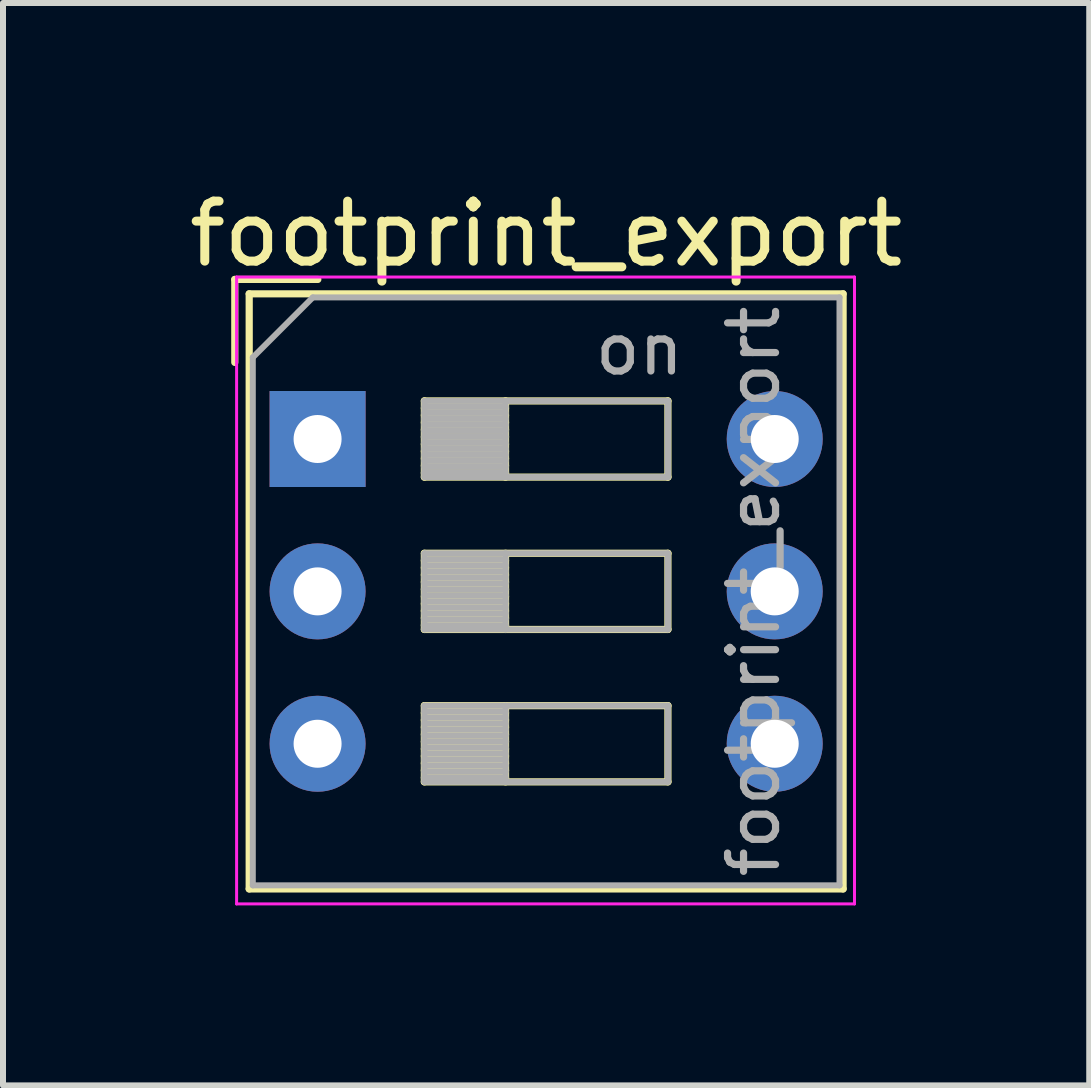
<source format=kicad_pcb>
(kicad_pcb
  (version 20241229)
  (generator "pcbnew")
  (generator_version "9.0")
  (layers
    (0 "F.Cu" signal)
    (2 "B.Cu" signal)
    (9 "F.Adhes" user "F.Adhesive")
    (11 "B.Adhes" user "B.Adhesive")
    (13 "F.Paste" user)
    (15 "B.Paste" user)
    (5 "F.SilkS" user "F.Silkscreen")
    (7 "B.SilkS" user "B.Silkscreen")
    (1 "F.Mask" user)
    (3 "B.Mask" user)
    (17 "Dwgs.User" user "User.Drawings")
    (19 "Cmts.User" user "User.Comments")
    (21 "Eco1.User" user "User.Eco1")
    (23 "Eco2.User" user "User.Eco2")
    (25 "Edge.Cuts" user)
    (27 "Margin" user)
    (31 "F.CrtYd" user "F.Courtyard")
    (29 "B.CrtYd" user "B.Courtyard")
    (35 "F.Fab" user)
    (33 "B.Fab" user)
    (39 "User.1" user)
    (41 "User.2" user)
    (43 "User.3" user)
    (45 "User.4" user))
  (footprint "footprint_export"
    (layer "F.Cu")
    (at 2.244 4.268)
    (property "Reference" "footprint_export" (at 3.81 -3.42 0) (layer "F.SilkS") (effects (font (size 1 1) (thickness 0.15))))
    (attr through_hole)
    (fp_line (start -1.38 -2.66) (end -1.38 -1.277) (stroke (width 0.12) (type solid)) (layer "F.SilkS"))
    (fp_line (start -1.38 -2.66) (end 0.004 -2.66) (stroke (width 0.12) (type solid)) (layer "F.SilkS"))
    (fp_line (start -1.14 -2.42) (end -1.14 7.5) (stroke (width 0.12) (type solid)) (layer "F.SilkS"))
    (fp_line (start -1.14 -2.42) (end 8.76 -2.42) (stroke (width 0.12) (type solid)) (layer "F.SilkS"))
    (fp_line (start -1.14 7.5) (end 8.76 7.5) (stroke (width 0.12) (type solid)) (layer "F.SilkS"))
    (fp_line (start 1.78 -0.635) (end 1.78 0.635) (stroke (width 0.12) (type solid)) (layer "F.SilkS"))
    (fp_line (start 1.78 -0.515) (end 3.133 -0.515) (stroke (width 0.12) (type solid)) (layer "F.SilkS"))
    (fp_line (start 1.78 -0.395) (end 3.133 -0.395) (stroke (width 0.12) (type solid)) (layer "F.SilkS"))
    (fp_line (start 1.78 -0.275) (end 3.133 -0.275) (stroke (width 0.12) (type solid)) (layer "F.SilkS"))
    (fp_line (start 1.78 -0.155) (end 3.133 -0.155) (stroke (width 0.12) (type solid)) (layer "F.SilkS"))
    (fp_line (start 1.78 -0.035) (end 3.133 -0.035) (stroke (width 0.12) (type solid)) (layer "F.SilkS"))
    (fp_line (start 1.78 0.085) (end 3.133 0.085) (stroke (width 0.12) (type solid)) (layer "F.SilkS"))
    (fp_line (start 1.78 0.205) (end 3.133 0.205) (stroke (width 0.12) (type solid)) (layer "F.SilkS"))
    (fp_line (start 1.78 0.325) (end 3.133 0.325) (stroke (width 0.12) (type solid)) (layer "F.SilkS"))
    (fp_line (start 1.78 0.445) (end 3.133 0.445) (stroke (width 0.12) (type solid)) (layer "F.SilkS"))
    (fp_line (start 1.78 0.565) (end 3.133 0.565) (stroke (width 0.12) (type solid)) (layer "F.SilkS"))
    (fp_line (start 1.78 0.635) (end 5.84 0.635) (stroke (width 0.12) (type solid)) (layer "F.SilkS"))
    (fp_line (start 1.78 1.905) (end 1.78 3.175) (stroke (width 0.12) (type solid)) (layer "F.SilkS"))
    (fp_line (start 1.78 2.025) (end 3.133 2.025) (stroke (width 0.12) (type solid)) (layer "F.SilkS"))
    (fp_line (start 1.78 2.145) (end 3.133 2.145) (stroke (width 0.12) (type solid)) (layer "F.SilkS"))
    (fp_line (start 1.78 2.265) (end 3.133 2.265) (stroke (width 0.12) (type solid)) (layer "F.SilkS"))
    (fp_line (start 1.78 2.385) (end 3.133 2.385) (stroke (width 0.12) (type solid)) (layer "F.SilkS"))
    (fp_line (start 1.78 2.505) (end 3.133 2.505) (stroke (width 0.12) (type solid)) (layer "F.SilkS"))
    (fp_line (start 1.78 2.625) (end 3.133 2.625) (stroke (width 0.12) (type solid)) (layer "F.SilkS"))
    (fp_line (start 1.78 2.745) (end 3.133 2.745) (stroke (width 0.12) (type solid)) (layer "F.SilkS"))
    (fp_line (start 1.78 2.865) (end 3.133 2.865) (stroke (width 0.12) (type solid)) (layer "F.SilkS"))
    (fp_line (start 1.78 2.985) (end 3.133 2.985) (stroke (width 0.12) (type solid)) (layer "F.SilkS"))
    (fp_line (start 1.78 3.105) (end 3.133 3.105) (stroke (width 0.12) (type solid)) (layer "F.SilkS"))
    (fp_line (start 1.78 3.175) (end 5.84 3.175) (stroke (width 0.12) (type solid)) (layer "F.SilkS"))
    (fp_line (start 1.78 4.445) (end 1.78 5.715) (stroke (width 0.12) (type solid)) (layer "F.SilkS"))
    (fp_line (start 1.78 4.565) (end 3.133 4.565) (stroke (width 0.12) (type solid)) (layer "F.SilkS"))
    (fp_line (start 1.78 4.685) (end 3.133 4.685) (stroke (width 0.12) (type solid)) (layer "F.SilkS"))
    (fp_line (start 1.78 4.805) (end 3.133 4.805) (stroke (width 0.12) (type solid)) (layer "F.SilkS"))
    (fp_line (start 1.78 4.925) (end 3.133 4.925) (stroke (width 0.12) (type solid)) (layer "F.SilkS"))
    (fp_line (start 1.78 5.045) (end 3.133 5.045) (stroke (width 0.12) (type solid)) (layer "F.SilkS"))
    (fp_line (start 1.78 5.165) (end 3.133 5.165) (stroke (width 0.12) (type solid)) (layer "F.SilkS"))
    (fp_line (start 1.78 5.285) (end 3.133 5.285) (stroke (width 0.12) (type solid)) (layer "F.SilkS"))
    (fp_line (start 1.78 5.405) (end 3.133 5.405) (stroke (width 0.12) (type solid)) (layer "F.SilkS"))
    (fp_line (start 1.78 5.525) (end 3.133 5.525) (stroke (width 0.12) (type solid)) (layer "F.SilkS"))
    (fp_line (start 1.78 5.645) (end 3.133 5.645) (stroke (width 0.12) (type solid)) (layer "F.SilkS"))
    (fp_line (start 1.78 5.715) (end 5.84 5.715) (stroke (width 0.12) (type solid)) (layer "F.SilkS"))
    (fp_line (start 3.133 -0.635) (end 3.133 0.635) (stroke (width 0.12) (type solid)) (layer "F.SilkS"))
    (fp_line (start 3.133 1.905) (end 3.133 3.175) (stroke (width 0.12) (type solid)) (layer "F.SilkS"))
    (fp_line (start 3.133 4.445) (end 3.133 5.715) (stroke (width 0.12) (type solid)) (layer "F.SilkS"))
    (fp_line (start 5.84 -0.635) (end 1.78 -0.635) (stroke (width 0.12) (type solid)) (layer "F.SilkS"))
    (fp_line (start 5.84 0.635) (end 5.84 -0.635) (stroke (width 0.12) (type solid)) (layer "F.SilkS"))
    (fp_line (start 5.84 1.905) (end 1.78 1.905) (stroke (width 0.12) (type solid)) (layer "F.SilkS"))
    (fp_line (start 5.84 3.175) (end 5.84 1.905) (stroke (width 0.12) (type solid)) (layer "F.SilkS"))
    (fp_line (start 5.84 4.445) (end 1.78 4.445) (stroke (width 0.12) (type solid)) (layer "F.SilkS"))
    (fp_line (start 5.84 5.715) (end 5.84 4.445) (stroke (width 0.12) (type solid)) (layer "F.SilkS"))
    (fp_line (start 8.76 -2.42) (end 8.76 7.5) (stroke (width 0.12) (type solid)) (layer "F.SilkS"))
    (fp_line (start -1.35 -2.7) (end -1.35 7.75) (stroke (width 0.05) (type solid)) (layer "F.CrtYd"))
    (fp_line (start -1.35 7.75) (end 8.95 7.75) (stroke (width 0.05) (type solid)) (layer "F.CrtYd"))
    (fp_line (start 8.95 -2.7) (end -1.35 -2.7) (stroke (width 0.05) (type solid)) (layer "F.CrtYd"))
    (fp_line (start 8.95 7.75) (end 8.95 -2.7) (stroke (width 0.05) (type solid)) (layer "F.CrtYd"))
    (fp_line (start -1.08 -1.36) (end -0.08 -2.36) (stroke (width 0.1) (type solid)) (layer "F.Fab"))
    (fp_line (start -1.08 7.44) (end -1.08 -1.36) (stroke (width 0.1) (type solid)) (layer "F.Fab"))
    (fp_line (start -0.08 -2.36) (end 8.7 -2.36) (stroke (width 0.1) (type solid)) (layer "F.Fab"))
    (fp_line (start 1.78 -0.635) (end 1.78 0.635) (stroke (width 0.1) (type solid)) (layer "F.Fab"))
    (fp_line (start 1.78 -0.535) (end 3.133 -0.535) (stroke (width 0.1) (type solid)) (layer "F.Fab"))
    (fp_line (start 1.78 -0.435) (end 3.133 -0.435) (stroke (width 0.1) (type solid)) (layer "F.Fab"))
    (fp_line (start 1.78 -0.335) (end 3.133 -0.335) (stroke (width 0.1) (type solid)) (layer "F.Fab"))
    (fp_line (start 1.78 -0.235) (end 3.133 -0.235) (stroke (width 0.1) (type solid)) (layer "F.Fab"))
    (fp_line (start 1.78 -0.135) (end 3.133 -0.135) (stroke (width 0.1) (type solid)) (layer "F.Fab"))
    (fp_line (start 1.78 -0.035) (end 3.133 -0.035) (stroke (width 0.1) (type solid)) (layer "F.Fab"))
    (fp_line (start 1.78 0.065) (end 3.133 0.065) (stroke (width 0.1) (type solid)) (layer "F.Fab"))
    (fp_line (start 1.78 0.165) (end 3.133 0.165) (stroke (width 0.1) (type solid)) (layer "F.Fab"))
    (fp_line (start 1.78 0.265) (end 3.133 0.265) (stroke (width 0.1) (type solid)) (layer "F.Fab"))
    (fp_line (start 1.78 0.365) (end 3.133 0.365) (stroke (width 0.1) (type solid)) (layer "F.Fab"))
    (fp_line (start 1.78 0.465) (end 3.133 0.465) (stroke (width 0.1) (type solid)) (layer "F.Fab"))
    (fp_line (start 1.78 0.565) (end 3.133 0.565) (stroke (width 0.1) (type solid)) (layer "F.Fab"))
    (fp_line (start 1.78 0.635) (end 5.84 0.635) (stroke (width 0.1) (type solid)) (layer "F.Fab"))
    (fp_line (start 1.78 1.905) (end 1.78 3.175) (stroke (width 0.1) (type solid)) (layer "F.Fab"))
    (fp_line (start 1.78 2.005) (end 3.133 2.005) (stroke (width 0.1) (type solid)) (layer "F.Fab"))
    (fp_line (start 1.78 2.105) (end 3.133 2.105) (stroke (width 0.1) (type solid)) (layer "F.Fab"))
    (fp_line (start 1.78 2.205) (end 3.133 2.205) (stroke (width 0.1) (type solid)) (layer "F.Fab"))
    (fp_line (start 1.78 2.305) (end 3.133 2.305) (stroke (width 0.1) (type solid)) (layer "F.Fab"))
    (fp_line (start 1.78 2.405) (end 3.133 2.405) (stroke (width 0.1) (type solid)) (layer "F.Fab"))
    (fp_line (start 1.78 2.505) (end 3.133 2.505) (stroke (width 0.1) (type solid)) (layer "F.Fab"))
    (fp_line (start 1.78 2.605) (end 3.133 2.605) (stroke (width 0.1) (type solid)) (layer "F.Fab"))
    (fp_line (start 1.78 2.705) (end 3.133 2.705) (stroke (width 0.1) (type solid)) (layer "F.Fab"))
    (fp_line (start 1.78 2.805) (end 3.133 2.805) (stroke (width 0.1) (type solid)) (layer "F.Fab"))
    (fp_line (start 1.78 2.905) (end 3.133 2.905) (stroke (width 0.1) (type solid)) (layer "F.Fab"))
    (fp_line (start 1.78 3.005) (end 3.133 3.005) (stroke (width 0.1) (type solid)) (layer "F.Fab"))
    (fp_line (start 1.78 3.105) (end 3.133 3.105) (stroke (width 0.1) (type solid)) (layer "F.Fab"))
    (fp_line (start 1.78 3.175) (end 5.84 3.175) (stroke (width 0.1) (type solid)) (layer "F.Fab"))
    (fp_line (start 1.78 4.445) (end 1.78 5.715) (stroke (width 0.1) (type solid)) (layer "F.Fab"))
    (fp_line (start 1.78 4.545) (end 3.133 4.545) (stroke (width 0.1) (type solid)) (layer "F.Fab"))
    (fp_line (start 1.78 4.645) (end 3.133 4.645) (stroke (width 0.1) (type solid)) (layer "F.Fab"))
    (fp_line (start 1.78 4.745) (end 3.133 4.745) (stroke (width 0.1) (type solid)) (layer "F.Fab"))
    (fp_line (start 1.78 4.845) (end 3.133 4.845) (stroke (width 0.1) (type solid)) (layer "F.Fab"))
    (fp_line (start 1.78 4.945) (end 3.133 4.945) (stroke (width 0.1) (type solid)) (layer "F.Fab"))
    (fp_line (start 1.78 5.045) (end 3.133 5.045) (stroke (width 0.1) (type solid)) (layer "F.Fab"))
    (fp_line (start 1.78 5.145) (end 3.133 5.145) (stroke (width 0.1) (type solid)) (layer "F.Fab"))
    (fp_line (start 1.78 5.245) (end 3.133 5.245) (stroke (width 0.1) (type solid)) (layer "F.Fab"))
    (fp_line (start 1.78 5.345) (end 3.133 5.345) (stroke (width 0.1) (type solid)) (layer "F.Fab"))
    (fp_line (start 1.78 5.445) (end 3.133 5.445) (stroke (width 0.1) (type solid)) (layer "F.Fab"))
    (fp_line (start 1.78 5.545) (end 3.133 5.545) (stroke (width 0.1) (type solid)) (layer "F.Fab"))
    (fp_line (start 1.78 5.645) (end 3.133 5.645) (stroke (width 0.1) (type solid)) (layer "F.Fab"))
    (fp_line (start 1.78 5.715) (end 5.84 5.715) (stroke (width 0.1) (type solid)) (layer "F.Fab"))
    (fp_line (start 3.133 -0.635) (end 3.133 0.635) (stroke (width 0.1) (type solid)) (layer "F.Fab"))
    (fp_line (start 3.133 1.905) (end 3.133 3.175) (stroke (width 0.1) (type solid)) (layer "F.Fab"))
    (fp_line (start 3.133 4.445) (end 3.133 5.715) (stroke (width 0.1) (type solid)) (layer "F.Fab"))
    (fp_line (start 5.84 -0.635) (end 1.78 -0.635) (stroke (width 0.1) (type solid)) (layer "F.Fab"))
    (fp_line (start 5.84 0.635) (end 5.84 -0.635) (stroke (width 0.1) (type solid)) (layer "F.Fab"))
    (fp_line (start 5.84 1.905) (end 1.78 1.905) (stroke (width 0.1) (type solid)) (layer "F.Fab"))
    (fp_line (start 5.84 3.175) (end 5.84 1.905) (stroke (width 0.1) (type solid)) (layer "F.Fab"))
    (fp_line (start 5.84 4.445) (end 1.78 4.445) (stroke (width 0.1) (type solid)) (layer "F.Fab"))
    (fp_line (start 5.84 5.715) (end 5.84 4.445) (stroke (width 0.1) (type solid)) (layer "F.Fab"))
    (fp_line (start 8.7 -2.36) (end 8.7 7.44) (stroke (width 0.1) (type solid)) (layer "F.Fab"))
    (fp_line (start 8.7 7.44) (end -1.08 7.44) (stroke (width 0.1) (type solid)) (layer "F.Fab"))
    (fp_text user "on" (at 5.365 -1.498 0) (layer "F.Fab") (effects (font (size 0.8 0.8) (thickness 0.12))))
    (fp_text user "${REFERENCE}" (at 7.27 2.54 90) (layer "F.Fab") (effects (font (size 0.8 0.8) (thickness 0.12))))
    (pad "1" thru_hole rect (at 0 0) (size 1.6 1.6) (drill 0.8) (layers "*.Cu" "*.Mask"))
    (pad "2" thru_hole oval (at 0 2.54) (size 1.6 1.6) (drill 0.8) (layers "*.Cu" "*.Mask"))
    (pad "3" thru_hole oval (at 0 5.08) (size 1.6 1.6) (drill 0.8) (layers "*.Cu" "*.Mask"))
    (pad "4" thru_hole oval (at 7.62 5.08) (size 1.6 1.6) (drill 0.8) (layers "*.Cu" "*.Mask"))
    (pad "5" thru_hole oval (at 7.62 2.54) (size 1.6 1.6) (drill 0.8) (layers "*.Cu" "*.Mask"))
    (pad "6" thru_hole oval (at 7.62 0) (size 1.6 1.6) (drill 0.8) (layers "*.Cu" "*.Mask")))
  (gr_rect
    (start -3 -3)
    (end 15.107 15.043)
    (stroke (width 0.1) (type default))
    (fill no)
    (layer "Edge.Cuts")))
</source>
